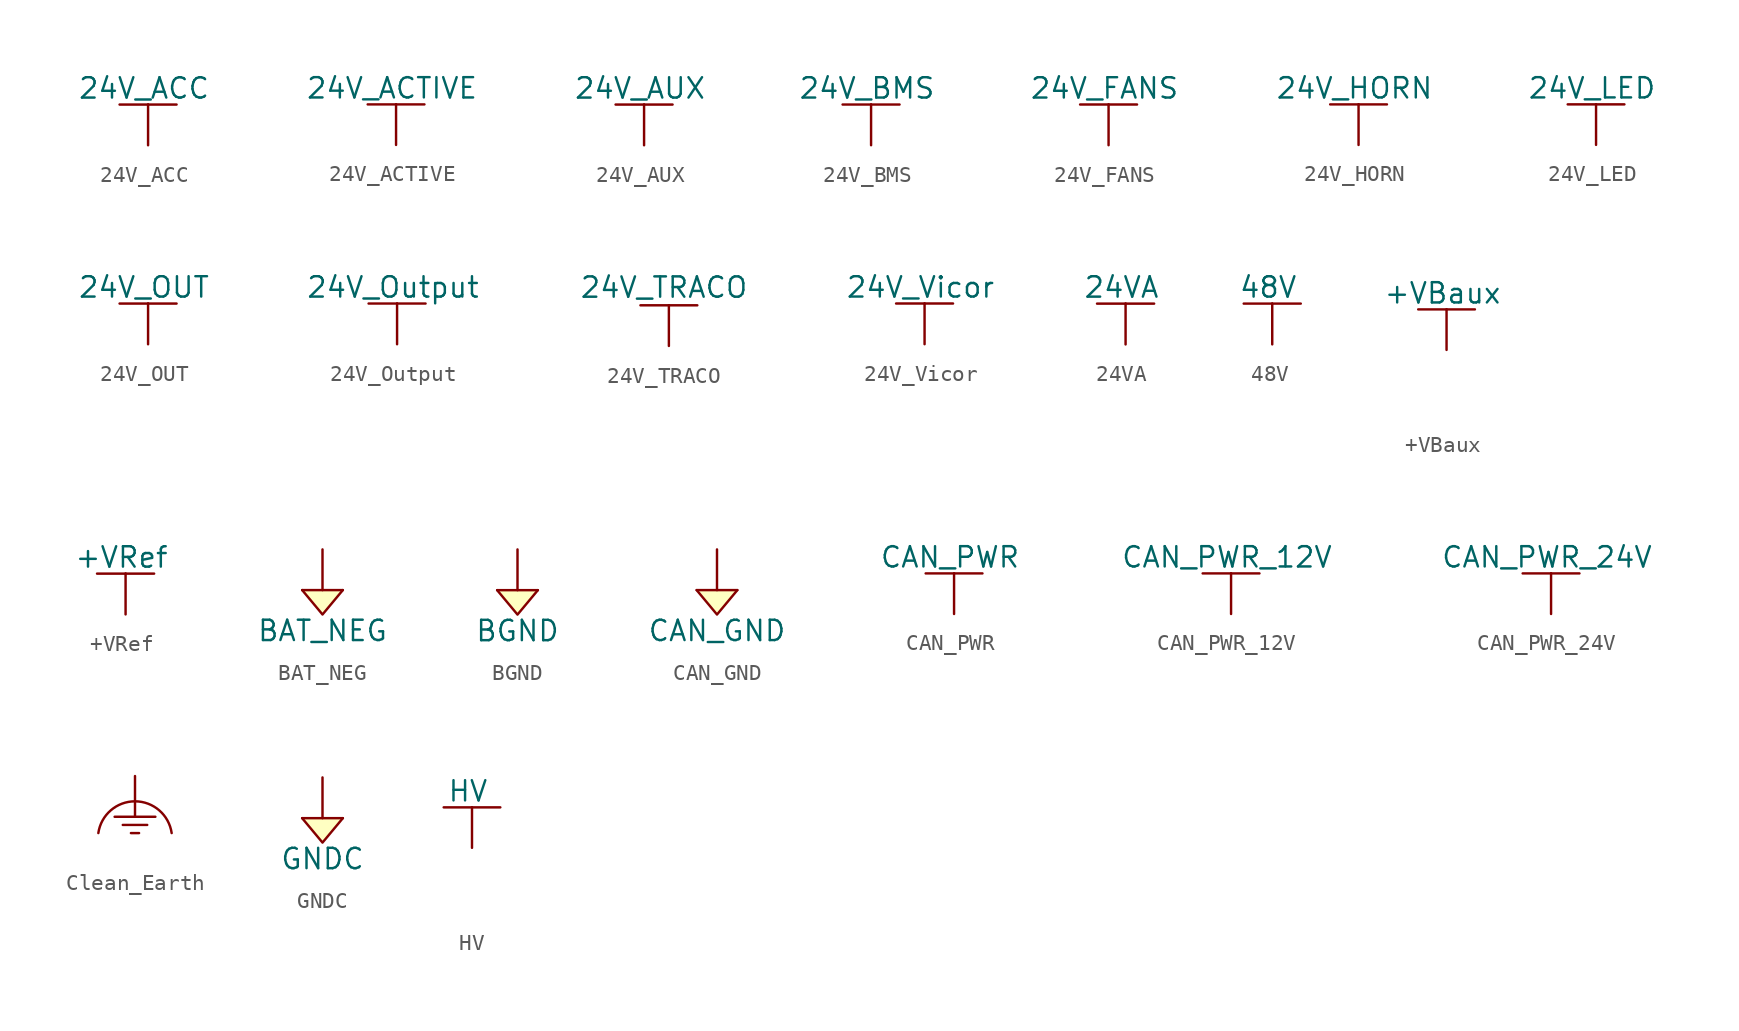
<source format=kicad_sym>
(kicad_symbol_lib
  (version 20231120)
  (generator "kicad_symbol_editor")
  (generator_version "8.0")
  (symbol "24V_ACC"
    (power)
    (pin_numbers hide)
    (pin_names
      (offset 0) hide)
    (property "Reference" "#PWR"
      (at 0 -3.81 0)
      (effects (font (size 1.27 1.27)) (hide yes)))
    (property "Value" "24V_ACC"
      (at -0.254 3.556 0)
      (effects (font (size 1.27 1.27))))
    (property "Footprint" ""
      (at 0 0 0)
      (effects (font (size 1.524 1.524))))
    (property "Datasheet" ""
      (at 0 0 0)
      (effects (font (size 1.524 1.524))))
    (symbol "24V_ACC_0_1"
      (polyline (pts (xy -1.778 2.54) (xy 0 2.54)) (stroke (width 0) (type default)) (fill (type none)))
      (polyline (pts (xy 0 0) (xy 0 2.54)) (stroke (width 0) (type default)) (fill (type none)))
      (polyline (pts (xy 0 2.54) (xy 1.778 2.54)) (stroke (width 0) (type default)) (fill (type none))))
    (symbol "24V_ACC_1_1"
      (pin power_in line (at 0 0 90) (length 0) hide (name "12V_ACC" (effects (font (size 1.27 1.27)))) (number "1" (effects (font (size 1.27 1.27)))))))
  (symbol "24V_ACTIVE"
    (power)
    (pin_numbers hide)
    (pin_names
      (offset 0) hide)
    (property "Reference" "#PWR"
      (at 0 -3.81 0)
      (effects (font (size 1.27 1.27)) (hide yes)))
    (property "Value" "24V_ACTIVE"
      (at -0.254 3.556 0)
      (effects (font (size 1.27 1.27))))
    (property "Footprint" ""
      (at 0 0 0)
      (effects (font (size 1.524 1.524))))
    (property "Datasheet" ""
      (at 0 0 0)
      (effects (font (size 1.524 1.524))))
    (symbol "24V_ACTIVE_0_1"
      (polyline (pts (xy -1.778 2.54) (xy 0 2.54)) (stroke (width 0) (type default)) (fill (type none)))
      (polyline (pts (xy 0 0) (xy 0 2.54)) (stroke (width 0) (type default)) (fill (type none)))
      (polyline (pts (xy 0 2.54) (xy 1.778 2.54)) (stroke (width 0) (type default)) (fill (type none))))
    (symbol "24V_ACTIVE_1_1"
      (pin power_in line (at 0 0 90) (length 0) hide (name "24V_ACTIVE" (effects (font (size 1.27 1.27)))) (number "1" (effects (font (size 1.27 1.27)))))))
  (symbol "24V_AUX"
    (power)
    (pin_numbers hide)
    (pin_names
      (offset 0) hide)
    (property "Reference" "#PWR"
      (at 0 -3.81 0)
      (effects (font (size 1.27 1.27)) (hide yes)))
    (property "Value" "24V_AUX"
      (at -0.254 3.556 0)
      (effects (font (size 1.27 1.27))))
    (property "Footprint" ""
      (at 0 0 0)
      (effects (font (size 1.524 1.524))))
    (property "Datasheet" ""
      (at 0 0 0)
      (effects (font (size 1.524 1.524))))
    (symbol "24V_AUX_0_1"
      (polyline (pts (xy -1.778 2.54) (xy 0 2.54)) (stroke (width 0) (type default)) (fill (type none)))
      (polyline (pts (xy 0 0) (xy 0 2.54)) (stroke (width 0) (type default)) (fill (type none)))
      (polyline (pts (xy 0 2.54) (xy 1.778 2.54)) (stroke (width 0) (type default)) (fill (type none))))
    (symbol "24V_AUX_1_1"
      (pin power_in line (at 0 0 90) (length 0) hide (name "24V_AUX" (effects (font (size 1.27 1.27)))) (number "1" (effects (font (size 1.27 1.27)))))))
  (symbol "24V_BMS"
    (power)
    (pin_numbers hide)
    (pin_names
      (offset 0) hide)
    (property "Reference" "#PWR"
      (at 0 -3.81 0)
      (effects (font (size 1.27 1.27)) (hide yes)))
    (property "Value" "24V_BMS"
      (at -0.254 3.556 0)
      (effects (font (size 1.27 1.27))))
    (property "Footprint" ""
      (at 0 0 0)
      (effects (font (size 1.524 1.524))))
    (property "Datasheet" ""
      (at 0 0 0)
      (effects (font (size 1.524 1.524))))
    (symbol "24V_BMS_0_1"
      (polyline (pts (xy -1.778 2.54) (xy 0 2.54)) (stroke (width 0) (type default)) (fill (type none)))
      (polyline (pts (xy 0 0) (xy 0 2.54)) (stroke (width 0) (type default)) (fill (type none)))
      (polyline (pts (xy 0 2.54) (xy 1.778 2.54)) (stroke (width 0) (type default)) (fill (type none))))
    (symbol "24V_BMS_1_1"
      (pin power_in line (at 0 0 90) (length 0) hide (name "12V_BMS" (effects (font (size 1.27 1.27)))) (number "1" (effects (font (size 1.27 1.27)))))))
  (symbol "24V_FANS"
    (power)
    (pin_numbers hide)
    (pin_names
      (offset 0) hide)
    (property "Reference" "#PWR"
      (at 0 -3.81 0)
      (effects (font (size 1.27 1.27)) (hide yes)))
    (property "Value" "24V_FANS"
      (at -0.254 3.556 0)
      (effects (font (size 1.27 1.27))))
    (property "Footprint" ""
      (at 0 0 0)
      (effects (font (size 1.524 1.524))))
    (property "Datasheet" ""
      (at 0 0 0)
      (effects (font (size 1.524 1.524))))
    (symbol "24V_FANS_0_1"
      (polyline (pts (xy -1.778 2.54) (xy 0 2.54)) (stroke (width 0) (type default)) (fill (type none)))
      (polyline (pts (xy 0 0) (xy 0 2.54)) (stroke (width 0) (type default)) (fill (type none)))
      (polyline (pts (xy 0 2.54) (xy 1.778 2.54)) (stroke (width 0) (type default)) (fill (type none))))
    (symbol "24V_FANS_1_1"
      (pin power_in line (at 0 0 90) (length 0) hide (name "24V" (effects (font (size 1.27 1.27)))) (number "1" (effects (font (size 1.27 1.27)))))))
  (symbol "24V_HORN"
    (power)
    (pin_numbers hide)
    (pin_names
      (offset 0) hide)
    (property "Reference" "#PWR"
      (at 0 -3.81 0)
      (effects (font (size 1.27 1.27)) (hide yes)))
    (property "Value" "24V_HORN"
      (at -0.254 3.556 0)
      (effects (font (size 1.27 1.27))))
    (property "Footprint" ""
      (at 0 0 0)
      (effects (font (size 1.524 1.524))))
    (property "Datasheet" ""
      (at 0 0 0)
      (effects (font (size 1.524 1.524))))
    (symbol "24V_HORN_0_1"
      (polyline (pts (xy -1.778 2.54) (xy 0 2.54)) (stroke (width 0) (type default)) (fill (type none)))
      (polyline (pts (xy 0 0) (xy 0 2.54)) (stroke (width 0) (type default)) (fill (type none)))
      (polyline (pts (xy 0 2.54) (xy 1.778 2.54)) (stroke (width 0) (type default)) (fill (type none))))
    (symbol "24V_HORN_1_1"
      (pin power_in line (at 0 0 90) (length 0) hide (name "12V_HORN" (effects (font (size 1.27 1.27)))) (number "1" (effects (font (size 1.27 1.27)))))))
  (symbol "24V_LED"
    (power)
    (pin_numbers hide)
    (pin_names
      (offset 0) hide)
    (property "Reference" "#PWR"
      (at 0 -3.81 0)
      (effects (font (size 1.27 1.27)) (hide yes)))
    (property "Value" "24V_LED"
      (at -0.254 3.556 0)
      (effects (font (size 1.27 1.27))))
    (property "Footprint" ""
      (at 0 0 0)
      (effects (font (size 1.524 1.524))))
    (property "Datasheet" ""
      (at 0 0 0)
      (effects (font (size 1.524 1.524))))
    (symbol "24V_LED_0_1"
      (polyline (pts (xy -1.778 2.54) (xy 0 2.54)) (stroke (width 0) (type default)) (fill (type none)))
      (polyline (pts (xy 0 0) (xy 0 2.54)) (stroke (width 0) (type default)) (fill (type none)))
      (polyline (pts (xy 0 2.54) (xy 1.778 2.54)) (stroke (width 0) (type default)) (fill (type none))))
    (symbol "24V_LED_1_1"
      (pin power_in line (at 0 0 90) (length 0) hide (name "24V_LED" (effects (font (size 1.27 1.27)))) (number "1" (effects (font (size 1.27 1.27)))))))
  (symbol "24V_OUT"
    (power)
    (pin_numbers hide)
    (pin_names
      (offset 0) hide)
    (property "Reference" "#PWR"
      (at 0 -3.81 0)
      (effects (font (size 1.27 1.27)) (hide yes)))
    (property "Value" "24V_OUT"
      (at -0.254 3.556 0)
      (effects (font (size 1.27 1.27))))
    (property "Footprint" ""
      (at 0 0 0)
      (effects (font (size 1.524 1.524))))
    (property "Datasheet" ""
      (at 0 0 0)
      (effects (font (size 1.524 1.524))))
    (symbol "24V_OUT_0_1"
      (polyline (pts (xy -1.778 2.54) (xy 0 2.54)) (stroke (width 0) (type default)) (fill (type none)))
      (polyline (pts (xy 0 0) (xy 0 2.54)) (stroke (width 0) (type default)) (fill (type none)))
      (polyline (pts (xy 0 2.54) (xy 1.778 2.54)) (stroke (width 0) (type default)) (fill (type none))))
    (symbol "24V_OUT_1_1"
      (pin power_in line (at 0 0 90) (length 0) hide (name "24V_OUT" (effects (font (size 1.27 1.27)))) (number "1" (effects (font (size 1.27 1.27)))))))
  (symbol "24V_Output"
    (power)
    (pin_numbers hide)
    (pin_names
      (offset 0) hide)
    (property "Reference" "#PWR"
      (at 0 -3.81 0)
      (effects (font (size 1.27 1.27)) (hide yes)))
    (property "Value" "24V_Output"
      (at -0.254 3.556 0)
      (effects (font (size 1.27 1.27))))
    (property "Footprint" ""
      (at 0 0 0)
      (effects (font (size 1.524 1.524))))
    (property "Datasheet" ""
      (at 0 0 0)
      (effects (font (size 1.524 1.524))))
    (symbol "24V_Output_0_1"
      (polyline (pts (xy -1.778 2.54) (xy 0 2.54)) (stroke (width 0) (type default)) (fill (type none)))
      (polyline (pts (xy 0 0) (xy 0 2.54)) (stroke (width 0) (type default)) (fill (type none)))
      (polyline (pts (xy 0 2.54) (xy 1.778 2.54)) (stroke (width 0) (type default)) (fill (type none))))
    (symbol "24V_Output_1_1"
      (pin power_in line (at 0 0 90) (length 0) hide (name "24V_Output" (effects (font (size 1.27 1.27)))) (number "1" (effects (font (size 1.27 1.27)))))))
  (symbol "24V_TRACO"
    (power)
    (pin_numbers hide)
    (pin_names
      (offset 0) hide)
    (property "Reference" "#PWR"
      (at -0.254 6.096 0)
      (effects (font (size 1.27 1.27)) (hide yes)))
    (property "Value" "24V_TRACO"
      (at -0.305 3.658 0)
      (effects (font (size 1.27 1.27))))
    (property "Footprint" ""
      (at 0 0 0)
      (effects (font (size 1.524 1.524))))
    (property "Datasheet" ""
      (at 0 0 0)
      (effects (font (size 1.524 1.524))))
    (symbol "24V_TRACO_0_1"
      (polyline (pts (xy -1.778 2.54) (xy 0 2.54)) (stroke (width 0) (type default)) (fill (type none)))
      (polyline (pts (xy 0 0) (xy 0 2.54)) (stroke (width 0) (type default)) (fill (type none)))
      (polyline (pts (xy 0 2.54) (xy 1.778 2.54)) (stroke (width 0) (type default)) (fill (type none))))
    (symbol "24V_TRACO_1_1"
      (pin power_in line (at 0 0 90) (length 0) hide (name "24V_TRACO" (effects (font (size 1.27 1.27)))) (number "1" (effects (font (size 1.27 1.27)))))))
  (symbol "24V_Vicor"
    (power)
    (pin_numbers hide)
    (pin_names
      (offset 0) hide)
    (property "Reference" "#PWR"
      (at 0 -3.81 0)
      (effects (font (size 1.27 1.27)) (hide yes)))
    (property "Value" "24V_Vicor"
      (at -0.254 3.556 0)
      (effects (font (size 1.27 1.27))))
    (property "Footprint" ""
      (at 0 0 0)
      (effects (font (size 1.524 1.524))))
    (property "Datasheet" ""
      (at 0 0 0)
      (effects (font (size 1.524 1.524))))
    (symbol "24V_Vicor_0_1"
      (polyline (pts (xy -1.778 2.54) (xy 0 2.54)) (stroke (width 0) (type default)) (fill (type none)))
      (polyline (pts (xy 0 0) (xy 0 2.54)) (stroke (width 0) (type default)) (fill (type none)))
      (polyline (pts (xy 0 2.54) (xy 1.778 2.54)) (stroke (width 0) (type default)) (fill (type none))))
    (symbol "24V_Vicor_1_1"
      (pin power_in line (at 0 0 90) (length 0) hide (name "24V_Vicor" (effects (font (size 1.27 1.27)))) (number "1" (effects (font (size 1.27 1.27)))))))
  (symbol "24VA"
    (power)
    (pin_numbers hide)
    (pin_names
      (offset 0) hide)
    (property "Reference" "#PWR"
      (at 0 -3.81 0)
      (effects (font (size 1.27 1.27)) (hide yes)))
    (property "Value" "24VA"
      (at -0.254 3.556 0)
      (effects (font (size 1.27 1.27))))
    (property "Footprint" ""
      (at 0 0 0)
      (effects (font (size 1.524 1.524))))
    (property "Datasheet" ""
      (at 0 0 0)
      (effects (font (size 1.524 1.524))))
    (symbol "24VA_0_1"
      (polyline (pts (xy -1.778 2.54) (xy 0 2.54)) (stroke (width 0) (type default)) (fill (type none)))
      (polyline (pts (xy 0 0) (xy 0 2.54)) (stroke (width 0) (type default)) (fill (type none)))
      (polyline (pts (xy 0 2.54) (xy 1.778 2.54)) (stroke (width 0) (type default)) (fill (type none))))
    (symbol "24VA_1_1"
      (pin power_in line (at 0 0 90) (length 0) hide (name "24V" (effects (font (size 1.27 1.27)))) (number "1" (effects (font (size 1.27 1.27)))))))
  (symbol "48V"
    (power)
    (pin_numbers hide)
    (pin_names
      (offset 0) hide)
    (property "Reference" "#PWR"
      (at 0 -3.81 0)
      (effects (font (size 1.27 1.27)) (hide yes)))
    (property "Value" "48V"
      (at -0.254 3.556 0)
      (effects (font (size 1.27 1.27))))
    (property "Footprint" ""
      (at 0 0 0)
      (effects (font (size 1.524 1.524))))
    (property "Datasheet" ""
      (at 0 0 0)
      (effects (font (size 1.524 1.524))))
    (symbol "48V_0_1"
      (polyline (pts (xy -1.778 2.54) (xy 0 2.54)) (stroke (width 0) (type default)) (fill (type none)))
      (polyline (pts (xy 0 0) (xy 0 2.54)) (stroke (width 0) (type default)) (fill (type none)))
      (polyline (pts (xy 0 2.54) (xy 1.778 2.54)) (stroke (width 0) (type default)) (fill (type none))))
    (symbol "48V_1_1"
      (pin power_in line (at 0 0 90) (length 0) hide (name "48V" (effects (font (size 1.27 1.27)))) (number "1" (effects (font (size 1.27 1.27)))))))
  (symbol "+VBaux"
    (power)
    (pin_numbers hide)
    (pin_names
      (offset 0) hide)
    (property "Reference" "#PWR"
      (at 0 -3.81 0)
      (effects (font (size 1.27 1.27)) (hide yes)))
    (property "Value" "+VBaux"
      (at -0.254 3.556 0)
      (effects (font (size 1.27 1.27))))
    (property "Footprint" ""
      (at 0 0 0)
      (effects (font (size 1.524 1.524))))
    (property "Datasheet" ""
      (at 0 -3.81 0)
      (effects (font (size 1.524 1.524))))
    (symbol "+VBaux_0_1"
      (polyline (pts (xy -1.778 2.54) (xy 0 2.54)) (stroke (width 0) (type default)) (fill (type none)))
      (polyline (pts (xy 0 0) (xy 0 2.54)) (stroke (width 0) (type default)) (fill (type none)))
      (polyline (pts (xy 0 2.54) (xy 1.778 2.54)) (stroke (width 0) (type default)) (fill (type none))))
    (symbol "+VBaux_1_1"
      (pin power_in line (at 0 0 90) (length 0) hide (name "+VBaux" (effects (font (size 1.27 1.27)))) (number "1" (effects (font (size 1.27 1.27)))))))
  (symbol "+VRef"
    (power)
    (pin_numbers hide)
    (pin_names
      (offset 0) hide)
    (property "Reference" "#PWR"
      (at 0 -3.81 0)
      (effects (font (size 1.27 1.27)) (hide yes)))
    (property "Value" "+VRef"
      (at -0.254 3.556 0)
      (effects (font (size 1.27 1.27))))
    (property "Footprint" ""
      (at 0 0 0)
      (effects (font (size 1.524 1.524))))
    (property "Datasheet" ""
      (at 0 0 0)
      (effects (font (size 1.524 1.524))))
    (symbol "+VRef_0_1"
      (polyline (pts (xy -1.778 2.54) (xy 0 2.54)) (stroke (width 0) (type default)) (fill (type none)))
      (polyline (pts (xy 0 0) (xy 0 2.54)) (stroke (width 0) (type default)) (fill (type none)))
      (polyline (pts (xy 0 2.54) (xy 1.778 2.54)) (stroke (width 0) (type default)) (fill (type none))))
    (symbol "+VRef_1_1"
      (pin power_in line (at 0 0 90) (length 0) hide (name "+VRef" (effects (font (size 1.27 1.27)))) (number "1" (effects (font (size 1.27 1.27)))))))
  (symbol "BAT_NEG"
    (power)
    (pin_numbers hide)
    (pin_names
      (offset 0) hide)
    (property "Reference" "#PWR"
      (at 0 -4.318 0)
      (effects (font (size 1.27 1.27)) (hide yes)))
    (property "Value" "BAT_NEG"
      (at 0 -2.54 0)
      (effects (font (size 1.27 1.27))))
    (property "Footprint" ""
      (at 0 2.54 0)
      (effects (font (size 1.524 1.524))))
    (property "Datasheet" ""
      (at -0.508 -2.286 0)
      (effects (font (size 1.524 1.524))))
    (symbol "BAT_NEG_0_1"
      (polyline (pts (xy 0 0) (xy 1.27 0)) (stroke (width 0) (type default)) (fill (type none)))
      (polyline (pts (xy -1.27 0) (xy 0 -1.524) (xy 1.27 0)) (stroke (width 0) (type default)) (fill (type background)))
      (polyline (pts (xy 0 2.54) (xy 0 0) (xy -1.27 0)) (stroke (width 0) (type default)) (fill (type none))))
    (symbol "BAT_NEG_1_1"
      (pin power_in line (at 0 2.54 90) (length 0) hide (name "PWR_GND" (effects (font (size 1.27 1.27)))) (number "1" (effects (font (size 1.27 1.27)))))))
  (symbol "BGND"
    (power)
    (pin_numbers hide)
    (pin_names
      (offset 0) hide)
    (property "Reference" "#PWR"
      (at 0 -4.318 0)
      (effects (font (size 1.27 1.27)) (hide yes)))
    (property "Value" "BGND"
      (at 0 -2.54 0)
      (effects (font (size 1.27 1.27))))
    (property "Footprint" ""
      (at 0 2.54 0)
      (effects (font (size 1.524 1.524))))
    (property "Datasheet" ""
      (at -0.508 -2.286 0)
      (effects (font (size 1.524 1.524))))
    (symbol "BGND_0_1"
      (polyline (pts (xy 0 0) (xy 1.27 0)) (stroke (width 0) (type default)) (fill (type none)))
      (polyline (pts (xy -1.27 0) (xy 0 -1.524) (xy 1.27 0)) (stroke (width 0) (type default)) (fill (type background)))
      (polyline (pts (xy 0 2.54) (xy 0 0) (xy -1.27 0)) (stroke (width 0) (type default)) (fill (type none))))
    (symbol "BGND_1_1"
      (pin power_in line (at 0 2.54 90) (length 0) hide (name "BGND" (effects (font (size 1.27 1.27)))) (number "1" (effects (font (size 1.27 1.27)))))))
  (symbol "CAN_GND"
    (power)
    (pin_numbers hide)
    (pin_names
      (offset 0) hide)
    (property "Reference" "#PWR"
      (at 0 -4.318 0)
      (effects (font (size 1.27 1.27)) (hide yes)))
    (property "Value" "CAN_GND"
      (at 0 -2.54 0)
      (effects (font (size 1.27 1.27))))
    (property "Footprint" ""
      (at 0 2.54 0)
      (effects (font (size 1.524 1.524))))
    (property "Datasheet" ""
      (at -0.508 -2.286 0)
      (effects (font (size 1.524 1.524))))
    (symbol "CAN_GND_0_1"
      (polyline (pts (xy 0 0) (xy 1.27 0)) (stroke (width 0) (type default)) (fill (type none)))
      (polyline (pts (xy -1.27 0) (xy 0 -1.524) (xy 1.27 0)) (stroke (width 0) (type default)) (fill (type background)))
      (polyline (pts (xy 0 2.54) (xy 0 0) (xy -1.27 0)) (stroke (width 0) (type default)) (fill (type none))))
    (symbol "CAN_GND_1_1"
      (pin power_in line (at 0 2.54 90) (length 0) hide (name "CAN_GND" (effects (font (size 1.27 1.27)))) (number "1" (effects (font (size 1.27 1.27)))))))
  (symbol "CAN_PWR"
    (power)
    (pin_numbers hide)
    (pin_names
      (offset 0) hide)
    (property "Reference" "#PWR"
      (at 0 -3.81 0)
      (effects (font (size 1.27 1.27)) (hide yes)))
    (property "Value" "CAN_PWR"
      (at -0.254 3.556 0)
      (effects (font (size 1.27 1.27))))
    (property "Footprint" ""
      (at 0 0 0)
      (effects (font (size 1.524 1.524))))
    (property "Datasheet" ""
      (at 0 0 0)
      (effects (font (size 1.524 1.524))))
    (symbol "CAN_PWR_0_1"
      (polyline (pts (xy -1.778 2.54) (xy 0 2.54)) (stroke (width 0) (type default)) (fill (type none)))
      (polyline (pts (xy 0 0) (xy 0 2.54)) (stroke (width 0) (type default)) (fill (type none)))
      (polyline (pts (xy 0 2.54) (xy 1.778 2.54)) (stroke (width 0) (type default)) (fill (type none))))
    (symbol "CAN_PWR_1_1"
      (pin power_in line (at 0 0 90) (length 0) hide (name "CAN_PWR" (effects (font (size 1.27 1.27)))) (number "1" (effects (font (size 1.27 1.27)))))))
  (symbol "CAN_PWR_12V"
    (power)
    (pin_numbers hide)
    (pin_names
      (offset 0) hide)
    (property "Reference" "#PWR"
      (at 0 -3.81 0)
      (effects (font (size 1.27 1.27)) (hide yes)))
    (property "Value" "CAN_PWR_12V"
      (at -0.254 3.556 0)
      (effects (font (size 1.27 1.27))))
    (property "Footprint" ""
      (at 0 0 0)
      (effects (font (size 1.524 1.524))))
    (property "Datasheet" ""
      (at 0 0 0)
      (effects (font (size 1.524 1.524))))
    (symbol "CAN_PWR_12V_0_1"
      (polyline (pts (xy -1.778 2.54) (xy 0 2.54)) (stroke (width 0) (type default)) (fill (type none)))
      (polyline (pts (xy 0 0) (xy 0 2.54)) (stroke (width 0) (type default)) (fill (type none)))
      (polyline (pts (xy 0 2.54) (xy 1.778 2.54)) (stroke (width 0) (type default)) (fill (type none))))
    (symbol "CAN_PWR_12V_1_1"
      (pin power_in line (at 0 0 90) (length 0) hide (name "CAN_PWR" (effects (font (size 1.27 1.27)))) (number "1" (effects (font (size 1.27 1.27)))))))
  (symbol "CAN_PWR_24V"
    (power)
    (pin_numbers hide)
    (pin_names
      (offset 0) hide)
    (property "Reference" "#PWR"
      (at 0 -3.81 0)
      (effects (font (size 1.27 1.27)) (hide yes)))
    (property "Value" "CAN_PWR_24V"
      (at -0.254 3.556 0)
      (effects (font (size 1.27 1.27))))
    (property "Footprint" ""
      (at 0 0 0)
      (effects (font (size 1.524 1.524))))
    (property "Datasheet" ""
      (at 0 0 0)
      (effects (font (size 1.524 1.524))))
    (symbol "CAN_PWR_24V_0_1"
      (polyline (pts (xy -1.778 2.54) (xy 0 2.54)) (stroke (width 0) (type default)) (fill (type none)))
      (polyline (pts (xy 0 0) (xy 0 2.54)) (stroke (width 0) (type default)) (fill (type none)))
      (polyline (pts (xy 0 2.54) (xy 1.778 2.54)) (stroke (width 0) (type default)) (fill (type none))))
    (symbol "CAN_PWR_24V_1_1"
      (pin power_in line (at 0 0 90) (length 0) hide (name "CAN_PWR" (effects (font (size 1.27 1.27)))) (number "1" (effects (font (size 1.27 1.27)))))))
  (symbol "Clean_Earth"
    (power)
    (pin_numbers hide)
    (pin_names
      (offset 0) hide)
    (property "Reference" "#PWR"
      (at -0.254 -2.794 0)
      (effects (font (size 1.27 1.27)) (hide yes)))
    (property "Footprint" ""
      (at 0 2.54 0)
      (effects (font (size 1.524 1.524))))
    (property "Datasheet" ""
      (at -0.508 -2.286 0)
      (effects (font (size 1.524 1.524))))
    (symbol "Clean_Earth_0_1"
      (polyline (pts (xy -0.762 -0.508) (xy 0.762 -0.508)) (stroke (width 0) (type default)) (fill (type none)))
      (polyline (pts (xy -0.254 -1.016) (xy 0.254 -1.016)) (stroke (width 0) (type default)) (fill (type none)))
      (polyline (pts (xy 0 0) (xy 1.27 0)) (stroke (width 0) (type default)) (fill (type none)))
      (polyline (pts (xy 0 2.54) (xy 0 0) (xy -1.27 0)) (stroke (width 0) (type default)) (fill (type none)))
      (arc (start 2.286 -1.016) (mid 0 0.9635) (end -2.286 -1.016) (stroke (width 0) (type default)) (fill (type none))))
    (symbol "Clean_Earth_1_1"
      (pin power_in line (at 0 2.54 90) (length 0) hide (name "Clean_Earth" (effects (font (size 1.27 1.27)))) (number "1" (effects (font (size 1.27 1.27)))))))
  (symbol "GNDC"
    (power)
    (pin_numbers hide)
    (pin_names
      (offset 0) hide)
    (property "Reference" "#PWR"
      (at 0 -4.318 0)
      (effects (font (size 1.27 1.27)) (hide yes)))
    (property "Value" "GNDC"
      (at 0 -2.54 0)
      (effects (font (size 1.27 1.27))))
    (property "Footprint" ""
      (at 0 2.54 0)
      (effects (font (size 1.524 1.524))))
    (property "Datasheet" ""
      (at -0.508 -2.286 0)
      (effects (font (size 1.524 1.524))))
    (symbol "GNDC_0_1"
      (polyline (pts (xy 0 0) (xy 1.27 0)) (stroke (width 0) (type default)) (fill (type none)))
      (polyline (pts (xy -1.27 0) (xy 0 -1.524) (xy 1.27 0)) (stroke (width 0) (type default)) (fill (type background)))
      (polyline (pts (xy 0 2.54) (xy 0 0) (xy -1.27 0)) (stroke (width 0) (type default)) (fill (type none))))
    (symbol "GNDC_1_1"
      (pin power_in line (at 0 2.54 90) (length 0) hide (name "GNDC" (effects (font (size 1.27 1.27)))) (number "1" (effects (font (size 1.27 1.27)))))))
  (symbol "HV"
    (power)
    (pin_numbers hide)
    (pin_names
      (offset 0) hide)
    (property "Reference" "#PWR"
      (at 0 -3.81 0)
      (effects (font (size 1.27 1.27)) (hide yes)))
    (property "Value" "HV"
      (at -0.254 3.556 0)
      (effects (font (size 1.27 1.27))))
    (property "Footprint" ""
      (at 0 0 0)
      (effects (font (size 1.524 1.524))))
    (property "Datasheet" ""
      (at 0 -3.81 0)
      (effects (font (size 1.524 1.524))))
    (symbol "HV_0_1"
      (polyline (pts (xy -1.778 2.54) (xy 0 2.54)) (stroke (width 0) (type default)) (fill (type none)))
      (polyline (pts (xy 0 0) (xy 0 2.54)) (stroke (width 0) (type default)) (fill (type none)))
      (polyline (pts (xy 0 2.54) (xy 1.778 2.54)) (stroke (width 0) (type default)) (fill (type none))))
    (symbol "HV_1_1"
      (pin power_in line (at 0 0 90) (length 0) hide (name "HV" (effects (font (size 1.27 1.27)))) (number "1" (effects (font (size 1.27 1.27))))))))
</source>
